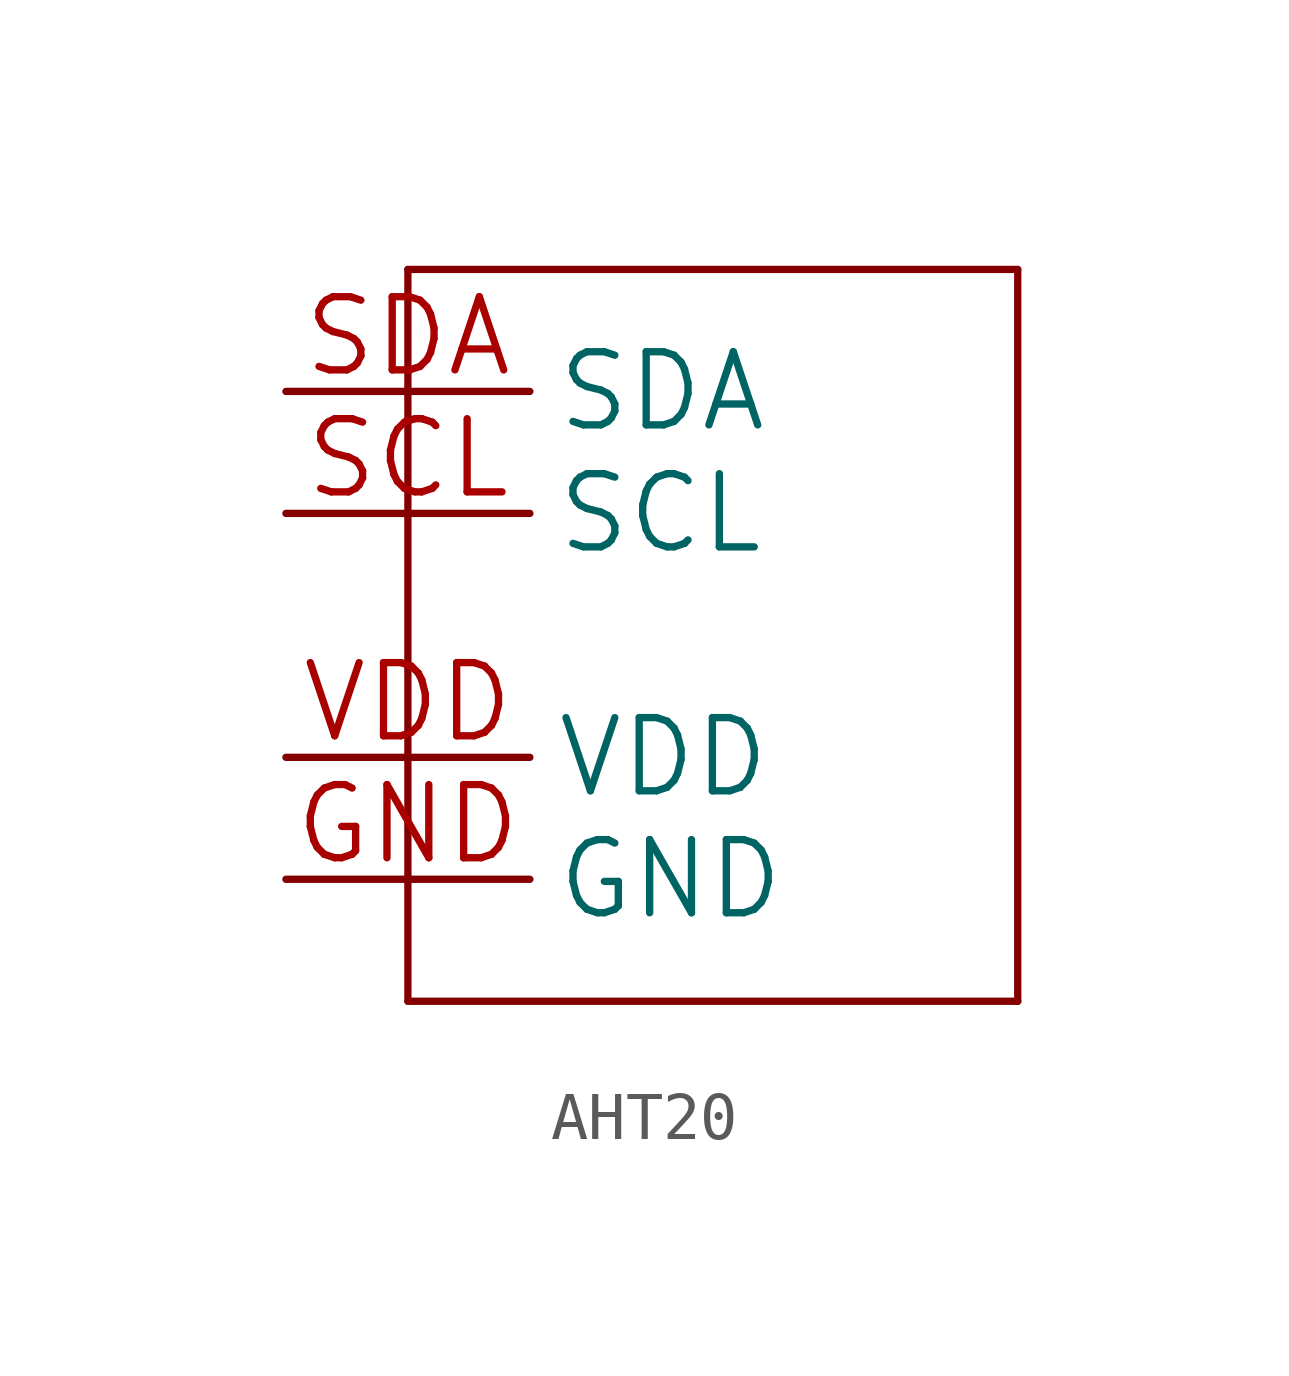
<source format=kicad_sym>
(kicad_symbol_lib
  (version 20241209)
  (generator "kicad_symbol_editor")
  (generator_version "9.0")
  (symbol "AHT20"
    (property "Reference" ""
      (at 0 0 0)
      (effects (font (size 1.27 1.27)) (hide yes)))
    (property "ki_locked" ""
      (at 0 0 0)
      (effects (font (size 1.27 1.27))))
    (symbol "AHT20_1_0"
      (polyline (pts (xy -5.08 7.62) (xy -5.08 -7.62)) (stroke (width 0.152) (type solid)) (fill (type none)))
      (polyline (pts (xy -5.08 -7.62) (xy 7.62 -7.62)) (stroke (width 0.152) (type solid)) (fill (type none)))
      (polyline (pts (xy 7.62 7.62) (xy -5.08 7.62)) (stroke (width 0.152) (type solid)) (fill (type none)))
      (polyline (pts (xy 7.62 -7.62) (xy 7.62 7.62)) (stroke (width 0.152) (type solid)) (fill (type none)))
      (pin bidirectional line (at -7.62 5.08 0) (length 5.08) (name "SDA" (effects (font (size 1.524 1.524)))) (number "SDA" (effects (font (size 1.524 1.524)))))
      (pin bidirectional line (at -7.62 2.54 0) (length 5.08) (name "SCL" (effects (font (size 1.524 1.524)))) (number "SCL" (effects (font (size 1.524 1.524)))))
      (pin bidirectional line (at -7.62 -2.54 0) (length 5.08) (name "VDD" (effects (font (size 1.524 1.524)))) (number "VDD" (effects (font (size 1.524 1.524)))))
      (pin bidirectional line (at -7.62 -5.08 0) (length 5.08) (name "GND" (effects (font (size 1.524 1.524)))) (number "GND" (effects (font (size 1.524 1.524))))))))
</source>
